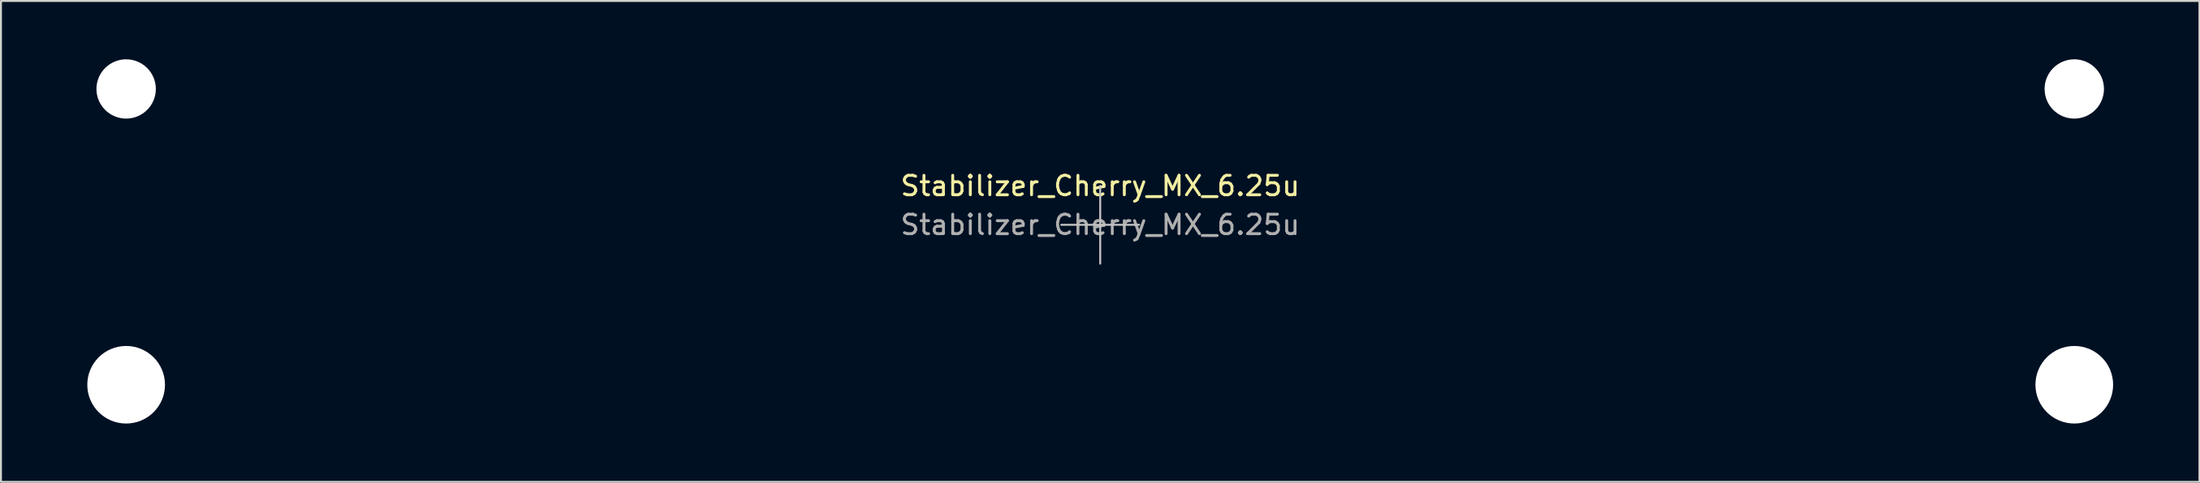
<source format=kicad_pcb>
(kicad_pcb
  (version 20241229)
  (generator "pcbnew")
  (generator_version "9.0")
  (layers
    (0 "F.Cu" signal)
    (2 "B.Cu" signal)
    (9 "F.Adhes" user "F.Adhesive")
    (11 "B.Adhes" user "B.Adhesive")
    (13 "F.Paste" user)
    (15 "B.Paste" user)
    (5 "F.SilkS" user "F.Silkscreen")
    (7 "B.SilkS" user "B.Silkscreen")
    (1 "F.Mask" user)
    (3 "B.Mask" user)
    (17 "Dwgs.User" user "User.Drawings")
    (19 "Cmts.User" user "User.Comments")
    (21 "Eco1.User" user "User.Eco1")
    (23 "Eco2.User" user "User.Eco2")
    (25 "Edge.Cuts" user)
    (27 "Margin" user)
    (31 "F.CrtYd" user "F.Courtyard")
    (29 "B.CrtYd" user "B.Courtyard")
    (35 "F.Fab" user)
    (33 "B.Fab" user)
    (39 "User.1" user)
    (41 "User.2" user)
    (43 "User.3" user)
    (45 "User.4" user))
  (footprint "Stabilizer_Cherry_MX_6.25u"
    (layer "F.Cu")
    (at 53.425 8.509)
    (property "Reference" "Stabilizer_Cherry_MX_6.25u" (at 0 -2 0) (layer "F.SilkS") (effects (font (size 1 1) (thickness 0.15))))
    (attr exclude_from_pos_files exclude_from_bom)
    (fp_line (start -2 0) (end 2 0) (stroke (width 0.1) (type solid)) (layer "Dwgs.User"))
    (fp_line (start 0 2) (end 0 -2) (stroke (width 0.1) (type solid)) (layer "Dwgs.User"))
    (fp_line (start -53.375 -5.53) (end -53.375 6.77) (stroke (width 0.1) (type solid)) (layer "Eco1.User"))
    (fp_line (start -53.375 6.77) (end -46.625 6.77) (stroke (width 0.1) (type solid)) (layer "Eco1.User"))
    (fp_line (start -46.625 -5.53) (end -53.375 -5.53) (stroke (width 0.1) (type solid)) (layer "Eco1.User"))
    (fp_line (start -46.625 6.77) (end -46.625 -5.53) (stroke (width 0.1) (type solid)) (layer "Eco1.User"))
    (fp_line (start 46.625 -5.53) (end 46.625 6.77) (stroke (width 0.1) (type solid)) (layer "Eco1.User"))
    (fp_line (start 46.625 6.77) (end 53.375 6.77) (stroke (width 0.1) (type solid)) (layer "Eco1.User"))
    (fp_line (start 53.375 -5.53) (end 46.625 -5.53) (stroke (width 0.1) (type solid)) (layer "Eco1.User"))
    (fp_line (start 53.375 6.77) (end 53.375 -5.53) (stroke (width 0.1) (type solid)) (layer "Eco1.User"))
    (fp_text user "${REFERENCE}" (at 0 0 0) (layer "F.Fab") (effects (font (size 1 1) (thickness 0.15))))
    (pad "" np_thru_hole circle (at -50 -6.985) (size 3.048 3.048) (drill 3.048) (layers "*.Cu" "*.Mask"))
    (pad "" np_thru_hole circle (at -50 8.225) (size 3.988 3.988) (drill 3.988) (layers "*.Cu" "*.Mask"))
    (pad "" np_thru_hole circle (at 50 -6.985) (size 3.048 3.048) (drill 3.048) (layers "*.Cu" "*.Mask"))
    (pad "" np_thru_hole circle (at 50 8.225) (size 3.988 3.988) (drill 3.988) (layers "*.Cu" "*.Mask")))
  (gr_rect
    (start -3 -3)
    (end 109.85 21.728)
    (stroke (width 0.1) (type default))
    (fill no)
    (layer "Edge.Cuts")))
</source>
